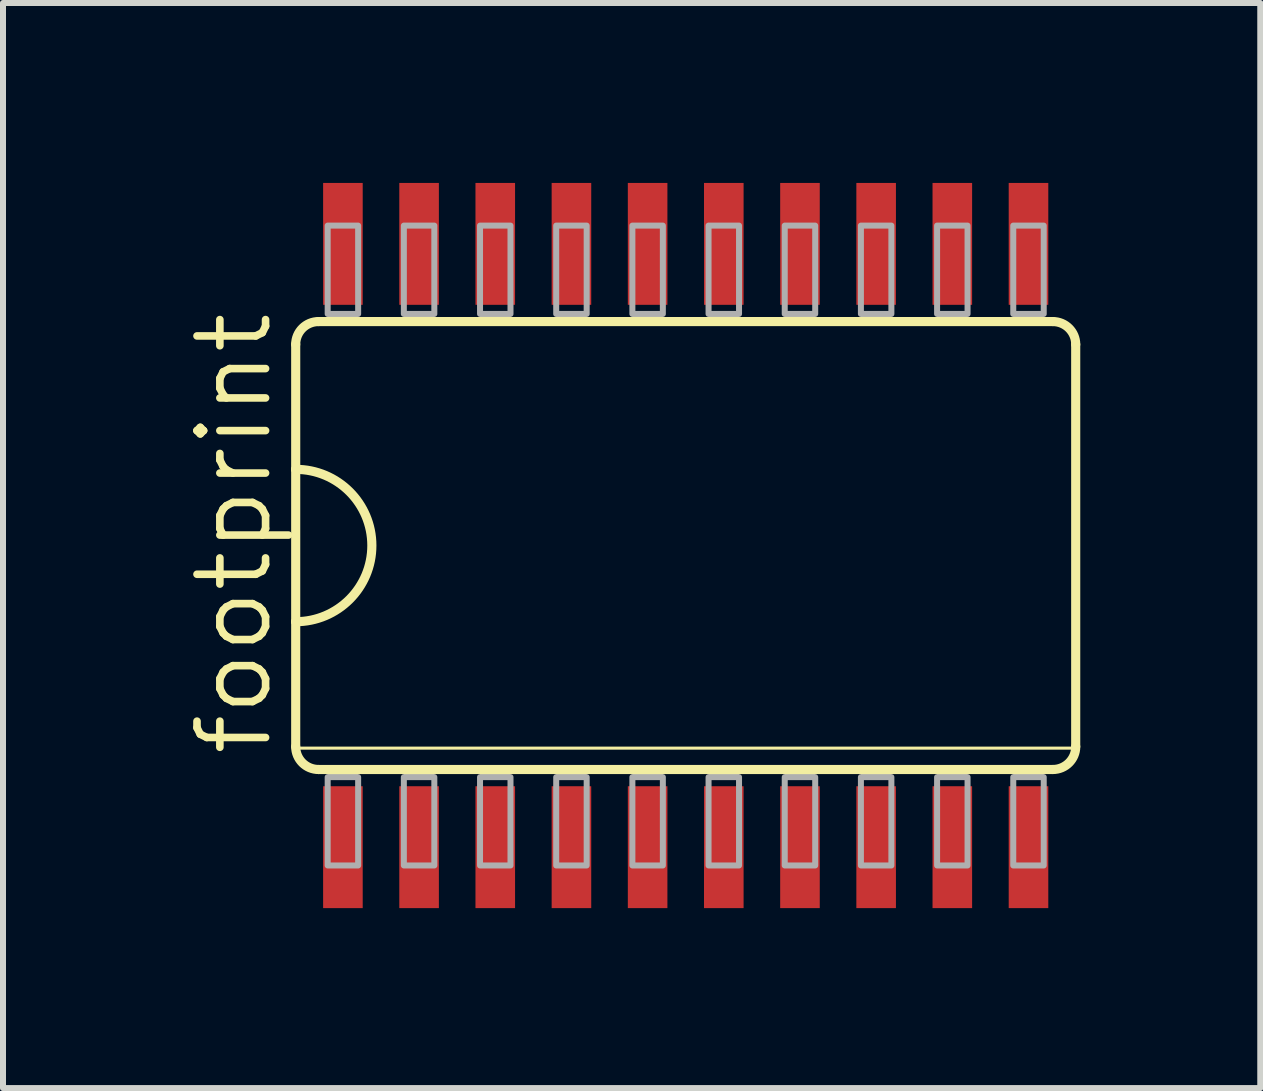
<source format=kicad_pcb>
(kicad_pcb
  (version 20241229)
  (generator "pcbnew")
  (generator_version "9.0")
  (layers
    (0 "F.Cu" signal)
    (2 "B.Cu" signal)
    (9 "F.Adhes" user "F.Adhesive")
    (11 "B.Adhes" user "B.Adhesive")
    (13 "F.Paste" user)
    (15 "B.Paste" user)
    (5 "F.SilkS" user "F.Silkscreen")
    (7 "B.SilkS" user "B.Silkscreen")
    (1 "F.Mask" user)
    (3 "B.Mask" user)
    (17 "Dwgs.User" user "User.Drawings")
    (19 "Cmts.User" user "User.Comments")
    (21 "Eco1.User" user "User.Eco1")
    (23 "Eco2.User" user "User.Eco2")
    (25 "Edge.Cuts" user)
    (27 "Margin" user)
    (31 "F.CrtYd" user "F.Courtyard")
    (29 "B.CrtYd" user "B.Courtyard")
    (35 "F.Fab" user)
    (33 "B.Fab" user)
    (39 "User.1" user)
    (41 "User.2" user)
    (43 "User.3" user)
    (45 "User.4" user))
  (footprint "footprint"
    (layer "F.Cu")
    (at 8.382 6.045)
    (property "Reference" "footprint" (at -6.858 3.556 90) (layer "F.SilkS") (effects (font (size 1.143 1.143) (thickness 0.127)) (justify left bottom)))
    (fp_line (start -6.502 -3.353) (end -6.502 -1.27) (stroke (width 0.152) (type solid)) (layer "F.SilkS"))
    (fp_line (start -6.502 -1.27) (end -6.502 1.27) (stroke (width 0.152) (type solid)) (layer "F.SilkS"))
    (fp_line (start -6.502 1.27) (end -6.502 3.353) (stroke (width 0.152) (type solid)) (layer "F.SilkS"))
    (fp_line (start -6.477 3.378) (end 6.477 3.378) (stroke (width 0.051) (type solid)) (layer "F.SilkS"))
    (fp_line (start -6.121 3.734) (end 6.121 3.734) (stroke (width 0.152) (type solid)) (layer "F.SilkS"))
    (fp_line (start 6.121 -3.734) (end -6.121 -3.734) (stroke (width 0.152) (type solid)) (layer "F.SilkS"))
    (fp_line (start 6.502 3.353) (end 6.502 -3.353) (stroke (width 0.152) (type solid)) (layer "F.SilkS"))
    (fp_arc (start -6.5024 -3.3528) (mid -6.390808 -3.622208) (end -6.1214 -3.7338) (stroke (width 0.1524) (type solid)) (layer "F.SilkS"))
    (fp_arc (start -6.5024 -1.27) (mid -5.2324 0) (end -6.5024 1.27) (stroke (width 0.1524) (type solid)) (layer "F.SilkS"))
    (fp_arc (start -6.1214 3.7338) (mid -6.390808 3.622208) (end -6.5024 3.3528) (stroke (width 0.1524) (type solid)) (layer "F.SilkS"))
    (fp_arc (start 6.1214 -3.7338) (mid 6.390808 -3.622208) (end 6.5024 -3.3528) (stroke (width 0.1524) (type solid)) (layer "F.SilkS"))
    (fp_arc (start 6.5024 3.3528) (mid 6.390808 3.622208) (end 6.1214 3.7338) (stroke (width 0.1524) (type solid)) (layer "F.SilkS"))
    (fp_poly (pts (xy -5.969 -3.734) (xy -5.461 -3.734) (xy -5.461 -3.861) (xy -5.969 -3.861)) (stroke (width 0) (type solid)) (fill yes) (layer "F.SilkS"))
    (fp_poly (pts (xy -5.969 3.861) (xy -5.461 3.861) (xy -5.461 3.734) (xy -5.969 3.734)) (stroke (width 0) (type solid)) (fill yes) (layer "F.SilkS"))
    (fp_poly (pts (xy -4.699 -3.734) (xy -4.191 -3.734) (xy -4.191 -3.861) (xy -4.699 -3.861)) (stroke (width 0) (type solid)) (fill yes) (layer "F.SilkS"))
    (fp_poly (pts (xy -4.699 3.861) (xy -4.191 3.861) (xy -4.191 3.734) (xy -4.699 3.734)) (stroke (width 0) (type solid)) (fill yes) (layer "F.SilkS"))
    (fp_poly (pts (xy -3.429 -3.734) (xy -2.921 -3.734) (xy -2.921 -3.861) (xy -3.429 -3.861)) (stroke (width 0) (type solid)) (fill yes) (layer "F.SilkS"))
    (fp_poly (pts (xy -3.429 3.861) (xy -2.921 3.861) (xy -2.921 3.734) (xy -3.429 3.734)) (stroke (width 0) (type solid)) (fill yes) (layer "F.SilkS"))
    (fp_poly (pts (xy -2.159 -3.734) (xy -1.651 -3.734) (xy -1.651 -3.861) (xy -2.159 -3.861)) (stroke (width 0) (type solid)) (fill yes) (layer "F.SilkS"))
    (fp_poly (pts (xy -2.159 3.861) (xy -1.651 3.861) (xy -1.651 3.734) (xy -2.159 3.734)) (stroke (width 0) (type solid)) (fill yes) (layer "F.SilkS"))
    (fp_poly (pts (xy -0.889 -3.734) (xy -0.381 -3.734) (xy -0.381 -3.861) (xy -0.889 -3.861)) (stroke (width 0) (type solid)) (fill yes) (layer "F.SilkS"))
    (fp_poly (pts (xy -0.889 3.861) (xy -0.381 3.861) (xy -0.381 3.734) (xy -0.889 3.734)) (stroke (width 0) (type solid)) (fill yes) (layer "F.SilkS"))
    (fp_poly (pts (xy 0.381 -3.734) (xy 0.889 -3.734) (xy 0.889 -3.861) (xy 0.381 -3.861)) (stroke (width 0) (type solid)) (fill yes) (layer "F.SilkS"))
    (fp_poly (pts (xy 0.381 3.861) (xy 0.889 3.861) (xy 0.889 3.734) (xy 0.381 3.734)) (stroke (width 0) (type solid)) (fill yes) (layer "F.SilkS"))
    (fp_poly (pts (xy 1.651 -3.734) (xy 2.159 -3.734) (xy 2.159 -3.861) (xy 1.651 -3.861)) (stroke (width 0) (type solid)) (fill yes) (layer "F.SilkS"))
    (fp_poly (pts (xy 1.651 3.861) (xy 2.159 3.861) (xy 2.159 3.734) (xy 1.651 3.734)) (stroke (width 0) (type solid)) (fill yes) (layer "F.SilkS"))
    (fp_poly (pts (xy 2.921 -3.734) (xy 3.429 -3.734) (xy 3.429 -3.861) (xy 2.921 -3.861)) (stroke (width 0) (type solid)) (fill yes) (layer "F.SilkS"))
    (fp_poly (pts (xy 2.921 3.861) (xy 3.429 3.861) (xy 3.429 3.734) (xy 2.921 3.734)) (stroke (width 0) (type solid)) (fill yes) (layer "F.SilkS"))
    (fp_poly (pts (xy 4.191 -3.734) (xy 4.699 -3.734) (xy 4.699 -3.861) (xy 4.191 -3.861)) (stroke (width 0) (type solid)) (fill yes) (layer "F.SilkS"))
    (fp_poly (pts (xy 4.191 3.861) (xy 4.699 3.861) (xy 4.699 3.734) (xy 4.191 3.734)) (stroke (width 0) (type solid)) (fill yes) (layer "F.SilkS"))
    (fp_poly (pts (xy 5.461 -3.734) (xy 5.969 -3.734) (xy 5.969 -3.861) (xy 5.461 -3.861)) (stroke (width 0) (type solid)) (fill yes) (layer "F.SilkS"))
    (fp_poly (pts (xy 5.461 3.861) (xy 5.969 3.861) (xy 5.969 3.734) (xy 5.461 3.734)) (stroke (width 0) (type solid)) (fill yes) (layer "F.SilkS"))
    (fp_poly (pts (xy -5.969 -3.861) (xy -5.461 -3.861) (xy -5.461 -5.334) (xy -5.969 -5.334)) (stroke (width 0.1) (type solid)) (fill no) (layer "F.Fab"))
    (fp_poly (pts (xy -5.969 5.334) (xy -5.461 5.334) (xy -5.461 3.861) (xy -5.969 3.861)) (stroke (width 0.1) (type solid)) (fill no) (layer "F.Fab"))
    (fp_poly (pts (xy -4.699 -3.861) (xy -4.191 -3.861) (xy -4.191 -5.334) (xy -4.699 -5.334)) (stroke (width 0.1) (type solid)) (fill no) (layer "F.Fab"))
    (fp_poly (pts (xy -4.699 5.334) (xy -4.191 5.334) (xy -4.191 3.861) (xy -4.699 3.861)) (stroke (width 0.1) (type solid)) (fill no) (layer "F.Fab"))
    (fp_poly (pts (xy -3.429 -3.861) (xy -2.921 -3.861) (xy -2.921 -5.334) (xy -3.429 -5.334)) (stroke (width 0.1) (type solid)) (fill no) (layer "F.Fab"))
    (fp_poly (pts (xy -3.429 5.334) (xy -2.921 5.334) (xy -2.921 3.861) (xy -3.429 3.861)) (stroke (width 0.1) (type solid)) (fill no) (layer "F.Fab"))
    (fp_poly (pts (xy -2.159 -3.861) (xy -1.651 -3.861) (xy -1.651 -5.334) (xy -2.159 -5.334)) (stroke (width 0.1) (type solid)) (fill no) (layer "F.Fab"))
    (fp_poly (pts (xy -2.159 5.334) (xy -1.651 5.334) (xy -1.651 3.861) (xy -2.159 3.861)) (stroke (width 0.1) (type solid)) (fill no) (layer "F.Fab"))
    (fp_poly (pts (xy -0.889 -3.861) (xy -0.381 -3.861) (xy -0.381 -5.334) (xy -0.889 -5.334)) (stroke (width 0.1) (type solid)) (fill no) (layer "F.Fab"))
    (fp_poly (pts (xy -0.889 5.334) (xy -0.381 5.334) (xy -0.381 3.861) (xy -0.889 3.861)) (stroke (width 0.1) (type solid)) (fill no) (layer "F.Fab"))
    (fp_poly (pts (xy 0.381 -3.861) (xy 0.889 -3.861) (xy 0.889 -5.334) (xy 0.381 -5.334)) (stroke (width 0.1) (type solid)) (fill no) (layer "F.Fab"))
    (fp_poly (pts (xy 0.381 5.334) (xy 0.889 5.334) (xy 0.889 3.861) (xy 0.381 3.861)) (stroke (width 0.1) (type solid)) (fill no) (layer "F.Fab"))
    (fp_poly (pts (xy 1.651 -3.861) (xy 2.159 -3.861) (xy 2.159 -5.334) (xy 1.651 -5.334)) (stroke (width 0.1) (type solid)) (fill no) (layer "F.Fab"))
    (fp_poly (pts (xy 1.651 5.334) (xy 2.159 5.334) (xy 2.159 3.861) (xy 1.651 3.861)) (stroke (width 0.1) (type solid)) (fill no) (layer "F.Fab"))
    (fp_poly (pts (xy 2.921 -3.861) (xy 3.429 -3.861) (xy 3.429 -5.334) (xy 2.921 -5.334)) (stroke (width 0.1) (type solid)) (fill no) (layer "F.Fab"))
    (fp_poly (pts (xy 2.921 5.334) (xy 3.429 5.334) (xy 3.429 3.861) (xy 2.921 3.861)) (stroke (width 0.1) (type solid)) (fill no) (layer "F.Fab"))
    (fp_poly (pts (xy 4.191 -3.861) (xy 4.699 -3.861) (xy 4.699 -5.334) (xy 4.191 -5.334)) (stroke (width 0.1) (type solid)) (fill no) (layer "F.Fab"))
    (fp_poly (pts (xy 4.191 5.334) (xy 4.699 5.334) (xy 4.699 3.861) (xy 4.191 3.861)) (stroke (width 0.1) (type solid)) (fill no) (layer "F.Fab"))
    (fp_poly (pts (xy 5.461 -3.861) (xy 5.969 -3.861) (xy 5.969 -5.334) (xy 5.461 -5.334)) (stroke (width 0.1) (type solid)) (fill no) (layer "F.Fab"))
    (fp_poly (pts (xy 5.461 5.334) (xy 5.969 5.334) (xy 5.969 3.861) (xy 5.461 3.861)) (stroke (width 0.1) (type solid)) (fill no) (layer "F.Fab"))
    (pad "1" smd rect (at -5.715 5.029) (size 0.66 2.032) (layers "F.Cu" "F.Mask" "F.Paste"))
    (pad "2" smd rect (at -4.445 5.029) (size 0.66 2.032) (layers "F.Cu" "F.Mask" "F.Paste"))
    (pad "3" smd rect (at -3.175 5.029) (size 0.66 2.032) (layers "F.Cu" "F.Mask" "F.Paste"))
    (pad "4" smd rect (at -1.905 5.029) (size 0.66 2.032) (layers "F.Cu" "F.Mask" "F.Paste"))
    (pad "5" smd rect (at -0.635 5.029) (size 0.66 2.032) (layers "F.Cu" "F.Mask" "F.Paste"))
    (pad "6" smd rect (at 0.635 5.029) (size 0.66 2.032) (layers "F.Cu" "F.Mask" "F.Paste"))
    (pad "7" smd rect (at 1.905 5.029) (size 0.66 2.032) (layers "F.Cu" "F.Mask" "F.Paste"))
    (pad "8" smd rect (at 3.175 5.029) (size 0.66 2.032) (layers "F.Cu" "F.Mask" "F.Paste"))
    (pad "9" smd rect (at 4.445 5.029) (size 0.66 2.032) (layers "F.Cu" "F.Mask" "F.Paste"))
    (pad "10" smd rect (at 5.715 5.029) (size 0.66 2.032) (layers "F.Cu" "F.Mask" "F.Paste"))
    (pad "11" smd rect (at 5.715 -5.029) (size 0.66 2.032) (layers "F.Cu" "F.Mask" "F.Paste"))
    (pad "12" smd rect (at 4.445 -5.029) (size 0.66 2.032) (layers "F.Cu" "F.Mask" "F.Paste"))
    (pad "13" smd rect (at 3.175 -5.029) (size 0.66 2.032) (layers "F.Cu" "F.Mask" "F.Paste"))
    (pad "14" smd rect (at 1.905 -5.029) (size 0.66 2.032) (layers "F.Cu" "F.Mask" "F.Paste"))
    (pad "15" smd rect (at 0.635 -5.029) (size 0.66 2.032) (layers "F.Cu" "F.Mask" "F.Paste"))
    (pad "16" smd rect (at -0.635 -5.029) (size 0.66 2.032) (layers "F.Cu" "F.Mask" "F.Paste"))
    (pad "17" smd rect (at -1.905 -5.029) (size 0.66 2.032) (layers "F.Cu" "F.Mask" "F.Paste"))
    (pad "18" smd rect (at -3.175 -5.029) (size 0.66 2.032) (layers "F.Cu" "F.Mask" "F.Paste"))
    (pad "19" smd rect (at -4.445 -5.029) (size 0.66 2.032) (layers "F.Cu" "F.Mask" "F.Paste"))
    (pad "20" smd rect (at -5.715 -5.029) (size 0.66 2.032) (layers "F.Cu" "F.Mask" "F.Paste")))
  (gr_rect
    (start -3 -3)
    (end 17.961 15.09)
    (stroke (width 0.1) (type default))
    (fill no)
    (layer "Edge.Cuts")))
</source>
